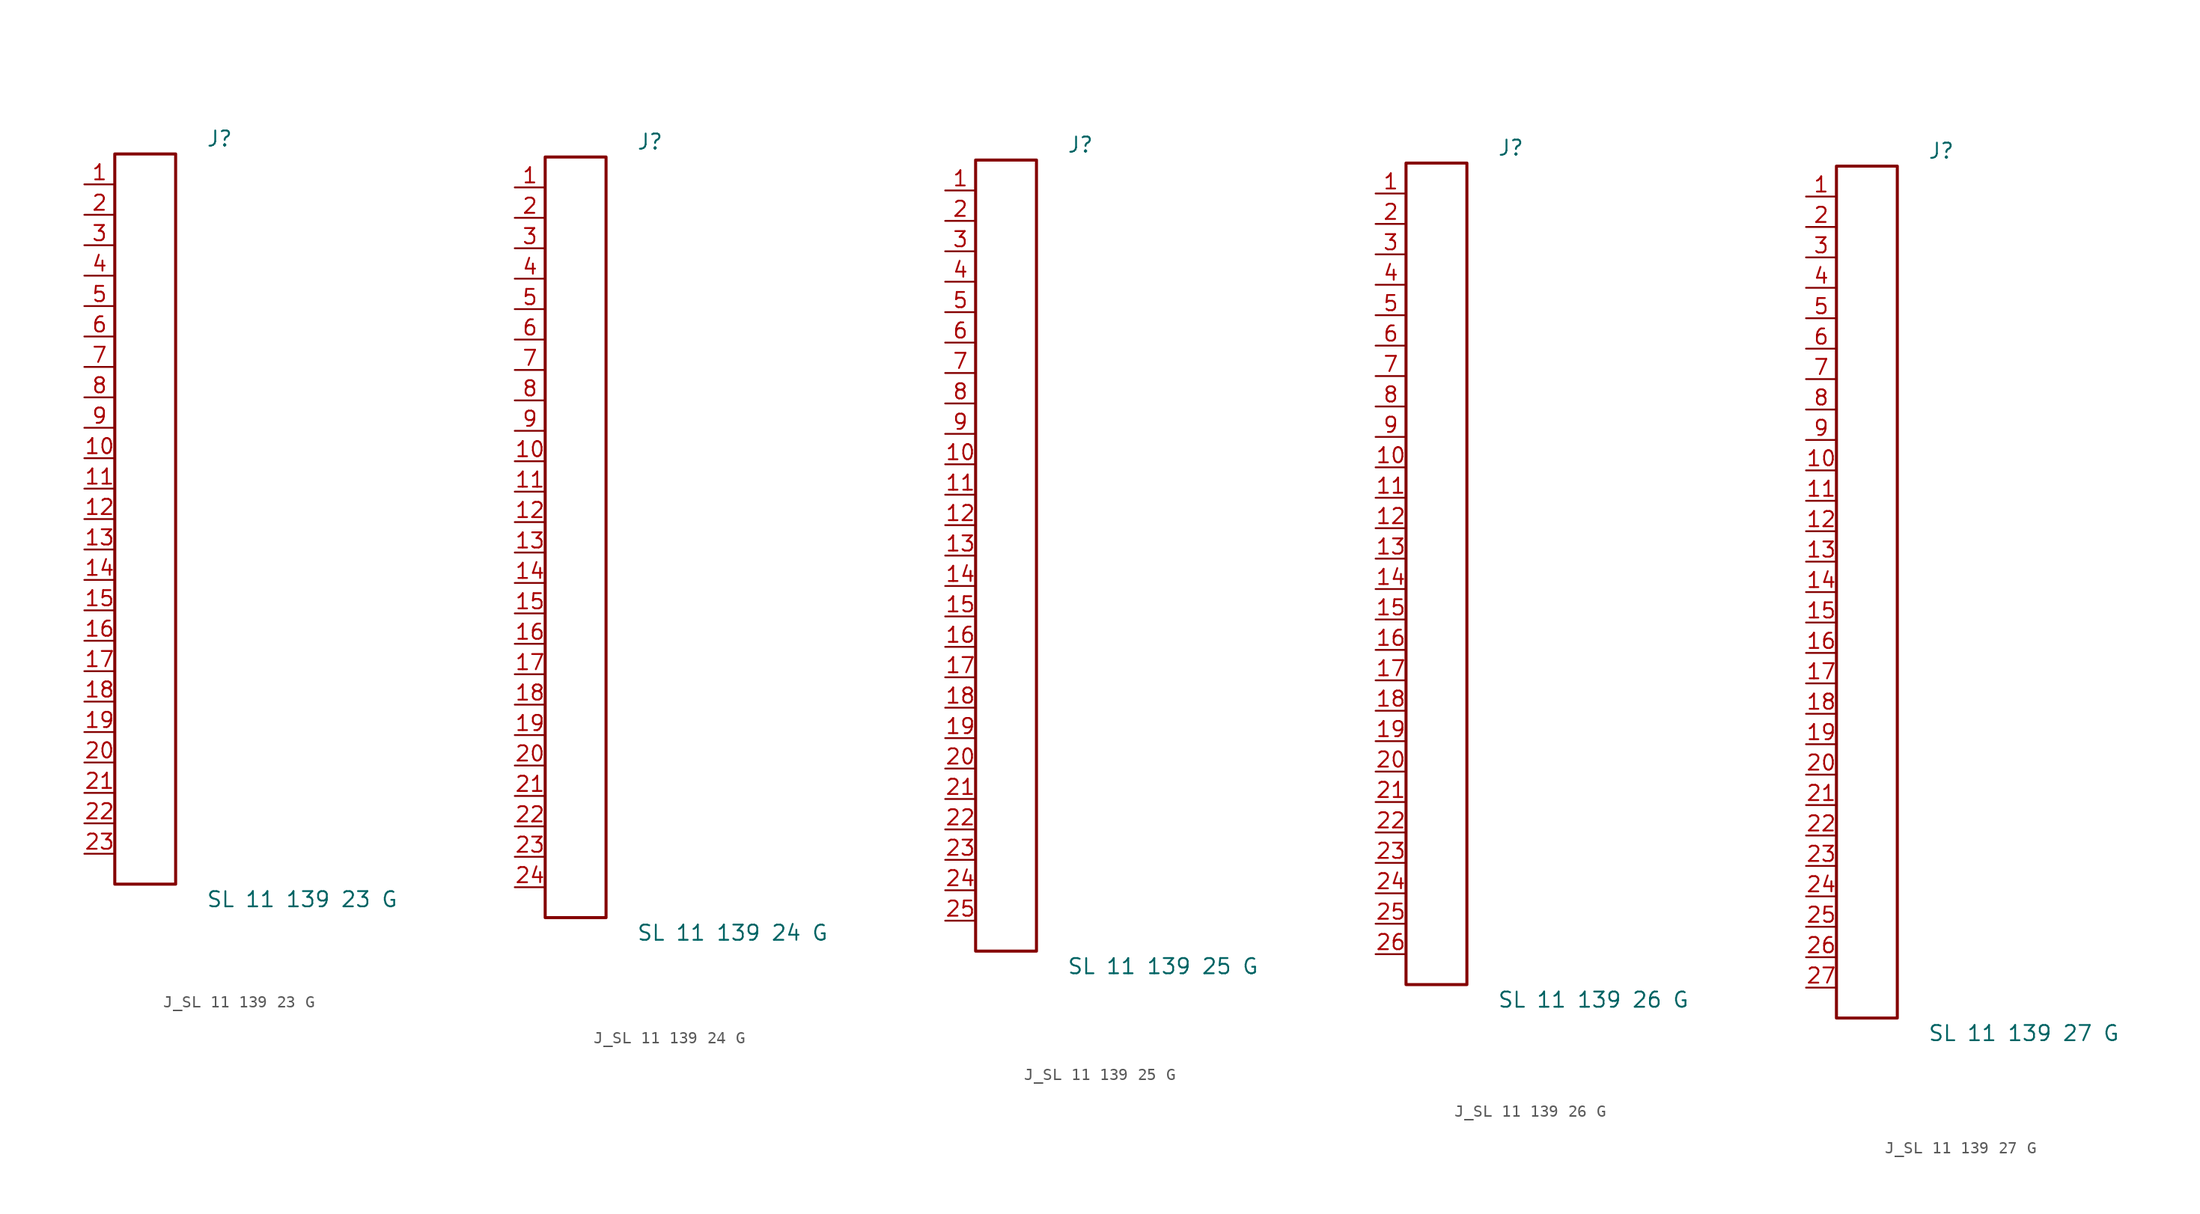
<source format=kicad_sym>
(kicad_symbol_lib
  (version 20231120)
  (generator kicad_symbol_editor)
  (generator_version 8.0)
  (symbol "J_SL 11 139 23 G"
    (pin_names
      (offset 0.254))
    (property "Reference" "J"
      (at 5.08 31.75 0)
      (effects (font (size 1.27 1.27)) (justify left)))
    (property "Value" "SL 11 139 23 G"
      (at 5.08 -31.75 0)
      (effects (font (size 1.27 1.27)) (justify left)))
    (symbol "J_SL 11 139 23 G_0_0"
      (pin unspecified line (at -5.08 27.94 0) (length 2.54) (name "" (effects (font (size 1.27 1.27)))) (number "1" (effects (font (size 1.27 1.27)))))
      (pin unspecified line (at -5.08 25.4 0) (length 2.54) (name "" (effects (font (size 1.27 1.27)))) (number "2" (effects (font (size 1.27 1.27)))))
      (pin unspecified line (at -5.08 22.86 0) (length 2.54) (name "" (effects (font (size 1.27 1.27)))) (number "3" (effects (font (size 1.27 1.27)))))
      (pin unspecified line (at -5.08 20.32 0) (length 2.54) (name "" (effects (font (size 1.27 1.27)))) (number "4" (effects (font (size 1.27 1.27)))))
      (pin unspecified line (at -5.08 17.78 0) (length 2.54) (name "" (effects (font (size 1.27 1.27)))) (number "5" (effects (font (size 1.27 1.27)))))
      (pin unspecified line (at -5.08 15.24 0) (length 2.54) (name "" (effects (font (size 1.27 1.27)))) (number "6" (effects (font (size 1.27 1.27)))))
      (pin unspecified line (at -5.08 12.7 0) (length 2.54) (name "" (effects (font (size 1.27 1.27)))) (number "7" (effects (font (size 1.27 1.27)))))
      (pin unspecified line (at -5.08 10.16 0) (length 2.54) (name "" (effects (font (size 1.27 1.27)))) (number "8" (effects (font (size 1.27 1.27)))))
      (pin unspecified line (at -5.08 7.62 0) (length 2.54) (name "" (effects (font (size 1.27 1.27)))) (number "9" (effects (font (size 1.27 1.27)))))
      (pin unspecified line (at -5.08 5.08 0) (length 2.54) (name "" (effects (font (size 1.27 1.27)))) (number "10" (effects (font (size 1.27 1.27)))))
      (pin unspecified line (at -5.08 2.54 0) (length 2.54) (name "" (effects (font (size 1.27 1.27)))) (number "11" (effects (font (size 1.27 1.27)))))
      (pin unspecified line (at -5.08 0.0 0) (length 2.54) (name "" (effects (font (size 1.27 1.27)))) (number "12" (effects (font (size 1.27 1.27)))))
      (pin unspecified line (at -5.08 -2.54 0) (length 2.54) (name "" (effects (font (size 1.27 1.27)))) (number "13" (effects (font (size 1.27 1.27)))))
      (pin unspecified line (at -5.08 -5.08 0) (length 2.54) (name "" (effects (font (size 1.27 1.27)))) (number "14" (effects (font (size 1.27 1.27)))))
      (pin unspecified line (at -5.08 -7.62 0) (length 2.54) (name "" (effects (font (size 1.27 1.27)))) (number "15" (effects (font (size 1.27 1.27)))))
      (pin unspecified line (at -5.08 -10.16 0) (length 2.54) (name "" (effects (font (size 1.27 1.27)))) (number "16" (effects (font (size 1.27 1.27)))))
      (pin unspecified line (at -5.08 -12.7 0) (length 2.54) (name "" (effects (font (size 1.27 1.27)))) (number "17" (effects (font (size 1.27 1.27)))))
      (pin unspecified line (at -5.08 -15.24 0) (length 2.54) (name "" (effects (font (size 1.27 1.27)))) (number "18" (effects (font (size 1.27 1.27)))))
      (pin unspecified line (at -5.08 -17.78 0) (length 2.54) (name "" (effects (font (size 1.27 1.27)))) (number "19" (effects (font (size 1.27 1.27)))))
      (pin unspecified line (at -5.08 -20.32 0) (length 2.54) (name "" (effects (font (size 1.27 1.27)))) (number "20" (effects (font (size 1.27 1.27)))))
      (pin unspecified line (at -5.08 -22.86 0) (length 2.54) (name "" (effects (font (size 1.27 1.27)))) (number "21" (effects (font (size 1.27 1.27)))))
      (pin unspecified line (at -5.08 -25.4 0) (length 2.54) (name "" (effects (font (size 1.27 1.27)))) (number "22" (effects (font (size 1.27 1.27)))))
      (pin unspecified line (at -5.08 -27.94 0) (length 2.54) (name "" (effects (font (size 1.27 1.27)))) (number "23" (effects (font (size 1.27 1.27))))))
    (symbol "J_SL 11 139 23 G_1_0"
      (rectangle (start -2.54 30.48) (end 2.54 -30.48) (stroke (width 0.254) (type solid)) (fill (type none)))))
  (symbol "J_SL 11 139 24 G"
    (pin_names
      (offset 0.254))
    (property "Reference" "J"
      (at 5.08 33.02 0)
      (effects (font (size 1.27 1.27)) (justify left)))
    (property "Value" "SL 11 139 24 G"
      (at 5.08 -33.02 0)
      (effects (font (size 1.27 1.27)) (justify left)))
    (symbol "J_SL 11 139 24 G_0_0"
      (pin unspecified line (at -5.08 29.21 0) (length 2.54) (name "" (effects (font (size 1.27 1.27)))) (number "1" (effects (font (size 1.27 1.27)))))
      (pin unspecified line (at -5.08 26.67 0) (length 2.54) (name "" (effects (font (size 1.27 1.27)))) (number "2" (effects (font (size 1.27 1.27)))))
      (pin unspecified line (at -5.08 24.13 0) (length 2.54) (name "" (effects (font (size 1.27 1.27)))) (number "3" (effects (font (size 1.27 1.27)))))
      (pin unspecified line (at -5.08 21.59 0) (length 2.54) (name "" (effects (font (size 1.27 1.27)))) (number "4" (effects (font (size 1.27 1.27)))))
      (pin unspecified line (at -5.08 19.05 0) (length 2.54) (name "" (effects (font (size 1.27 1.27)))) (number "5" (effects (font (size 1.27 1.27)))))
      (pin unspecified line (at -5.08 16.51 0) (length 2.54) (name "" (effects (font (size 1.27 1.27)))) (number "6" (effects (font (size 1.27 1.27)))))
      (pin unspecified line (at -5.08 13.97 0) (length 2.54) (name "" (effects (font (size 1.27 1.27)))) (number "7" (effects (font (size 1.27 1.27)))))
      (pin unspecified line (at -5.08 11.43 0) (length 2.54) (name "" (effects (font (size 1.27 1.27)))) (number "8" (effects (font (size 1.27 1.27)))))
      (pin unspecified line (at -5.08 8.89 0) (length 2.54) (name "" (effects (font (size 1.27 1.27)))) (number "9" (effects (font (size 1.27 1.27)))))
      (pin unspecified line (at -5.08 6.35 0) (length 2.54) (name "" (effects (font (size 1.27 1.27)))) (number "10" (effects (font (size 1.27 1.27)))))
      (pin unspecified line (at -5.08 3.81 0) (length 2.54) (name "" (effects (font (size 1.27 1.27)))) (number "11" (effects (font (size 1.27 1.27)))))
      (pin unspecified line (at -5.08 1.27 0) (length 2.54) (name "" (effects (font (size 1.27 1.27)))) (number "12" (effects (font (size 1.27 1.27)))))
      (pin unspecified line (at -5.08 -1.27 0) (length 2.54) (name "" (effects (font (size 1.27 1.27)))) (number "13" (effects (font (size 1.27 1.27)))))
      (pin unspecified line (at -5.08 -3.81 0) (length 2.54) (name "" (effects (font (size 1.27 1.27)))) (number "14" (effects (font (size 1.27 1.27)))))
      (pin unspecified line (at -5.08 -6.35 0) (length 2.54) (name "" (effects (font (size 1.27 1.27)))) (number "15" (effects (font (size 1.27 1.27)))))
      (pin unspecified line (at -5.08 -8.89 0) (length 2.54) (name "" (effects (font (size 1.27 1.27)))) (number "16" (effects (font (size 1.27 1.27)))))
      (pin unspecified line (at -5.08 -11.43 0) (length 2.54) (name "" (effects (font (size 1.27 1.27)))) (number "17" (effects (font (size 1.27 1.27)))))
      (pin unspecified line (at -5.08 -13.97 0) (length 2.54) (name "" (effects (font (size 1.27 1.27)))) (number "18" (effects (font (size 1.27 1.27)))))
      (pin unspecified line (at -5.08 -16.51 0) (length 2.54) (name "" (effects (font (size 1.27 1.27)))) (number "19" (effects (font (size 1.27 1.27)))))
      (pin unspecified line (at -5.08 -19.05 0) (length 2.54) (name "" (effects (font (size 1.27 1.27)))) (number "20" (effects (font (size 1.27 1.27)))))
      (pin unspecified line (at -5.08 -21.59 0) (length 2.54) (name "" (effects (font (size 1.27 1.27)))) (number "21" (effects (font (size 1.27 1.27)))))
      (pin unspecified line (at -5.08 -24.13 0) (length 2.54) (name "" (effects (font (size 1.27 1.27)))) (number "22" (effects (font (size 1.27 1.27)))))
      (pin unspecified line (at -5.08 -26.67 0) (length 2.54) (name "" (effects (font (size 1.27 1.27)))) (number "23" (effects (font (size 1.27 1.27)))))
      (pin unspecified line (at -5.08 -29.21 0) (length 2.54) (name "" (effects (font (size 1.27 1.27)))) (number "24" (effects (font (size 1.27 1.27))))))
    (symbol "J_SL 11 139 24 G_1_0"
      (rectangle (start -2.54 31.75) (end 2.54 -31.75) (stroke (width 0.254) (type solid)) (fill (type none)))))
  (symbol "J_SL 11 139 25 G"
    (pin_names
      (offset 0.254))
    (property "Reference" "J"
      (at 5.08 34.29 0)
      (effects (font (size 1.27 1.27)) (justify left)))
    (property "Value" "SL 11 139 25 G"
      (at 5.08 -34.29 0)
      (effects (font (size 1.27 1.27)) (justify left)))
    (symbol "J_SL 11 139 25 G_0_0"
      (pin unspecified line (at -5.08 30.48 0) (length 2.54) (name "" (effects (font (size 1.27 1.27)))) (number "1" (effects (font (size 1.27 1.27)))))
      (pin unspecified line (at -5.08 27.94 0) (length 2.54) (name "" (effects (font (size 1.27 1.27)))) (number "2" (effects (font (size 1.27 1.27)))))
      (pin unspecified line (at -5.08 25.4 0) (length 2.54) (name "" (effects (font (size 1.27 1.27)))) (number "3" (effects (font (size 1.27 1.27)))))
      (pin unspecified line (at -5.08 22.86 0) (length 2.54) (name "" (effects (font (size 1.27 1.27)))) (number "4" (effects (font (size 1.27 1.27)))))
      (pin unspecified line (at -5.08 20.32 0) (length 2.54) (name "" (effects (font (size 1.27 1.27)))) (number "5" (effects (font (size 1.27 1.27)))))
      (pin unspecified line (at -5.08 17.78 0) (length 2.54) (name "" (effects (font (size 1.27 1.27)))) (number "6" (effects (font (size 1.27 1.27)))))
      (pin unspecified line (at -5.08 15.24 0) (length 2.54) (name "" (effects (font (size 1.27 1.27)))) (number "7" (effects (font (size 1.27 1.27)))))
      (pin unspecified line (at -5.08 12.7 0) (length 2.54) (name "" (effects (font (size 1.27 1.27)))) (number "8" (effects (font (size 1.27 1.27)))))
      (pin unspecified line (at -5.08 10.16 0) (length 2.54) (name "" (effects (font (size 1.27 1.27)))) (number "9" (effects (font (size 1.27 1.27)))))
      (pin unspecified line (at -5.08 7.62 0) (length 2.54) (name "" (effects (font (size 1.27 1.27)))) (number "10" (effects (font (size 1.27 1.27)))))
      (pin unspecified line (at -5.08 5.08 0) (length 2.54) (name "" (effects (font (size 1.27 1.27)))) (number "11" (effects (font (size 1.27 1.27)))))
      (pin unspecified line (at -5.08 2.54 0) (length 2.54) (name "" (effects (font (size 1.27 1.27)))) (number "12" (effects (font (size 1.27 1.27)))))
      (pin unspecified line (at -5.08 0.0 0) (length 2.54) (name "" (effects (font (size 1.27 1.27)))) (number "13" (effects (font (size 1.27 1.27)))))
      (pin unspecified line (at -5.08 -2.54 0) (length 2.54) (name "" (effects (font (size 1.27 1.27)))) (number "14" (effects (font (size 1.27 1.27)))))
      (pin unspecified line (at -5.08 -5.08 0) (length 2.54) (name "" (effects (font (size 1.27 1.27)))) (number "15" (effects (font (size 1.27 1.27)))))
      (pin unspecified line (at -5.08 -7.62 0) (length 2.54) (name "" (effects (font (size 1.27 1.27)))) (number "16" (effects (font (size 1.27 1.27)))))
      (pin unspecified line (at -5.08 -10.16 0) (length 2.54) (name "" (effects (font (size 1.27 1.27)))) (number "17" (effects (font (size 1.27 1.27)))))
      (pin unspecified line (at -5.08 -12.7 0) (length 2.54) (name "" (effects (font (size 1.27 1.27)))) (number "18" (effects (font (size 1.27 1.27)))))
      (pin unspecified line (at -5.08 -15.24 0) (length 2.54) (name "" (effects (font (size 1.27 1.27)))) (number "19" (effects (font (size 1.27 1.27)))))
      (pin unspecified line (at -5.08 -17.78 0) (length 2.54) (name "" (effects (font (size 1.27 1.27)))) (number "20" (effects (font (size 1.27 1.27)))))
      (pin unspecified line (at -5.08 -20.32 0) (length 2.54) (name "" (effects (font (size 1.27 1.27)))) (number "21" (effects (font (size 1.27 1.27)))))
      (pin unspecified line (at -5.08 -22.86 0) (length 2.54) (name "" (effects (font (size 1.27 1.27)))) (number "22" (effects (font (size 1.27 1.27)))))
      (pin unspecified line (at -5.08 -25.4 0) (length 2.54) (name "" (effects (font (size 1.27 1.27)))) (number "23" (effects (font (size 1.27 1.27)))))
      (pin unspecified line (at -5.08 -27.94 0) (length 2.54) (name "" (effects (font (size 1.27 1.27)))) (number "24" (effects (font (size 1.27 1.27)))))
      (pin unspecified line (at -5.08 -30.48 0) (length 2.54) (name "" (effects (font (size 1.27 1.27)))) (number "25" (effects (font (size 1.27 1.27))))))
    (symbol "J_SL 11 139 25 G_1_0"
      (rectangle (start -2.54 33.02) (end 2.54 -33.02) (stroke (width 0.254) (type solid)) (fill (type none)))))
  (symbol "J_SL 11 139 26 G"
    (pin_names
      (offset 0.254))
    (property "Reference" "J"
      (at 5.08 35.56 0)
      (effects (font (size 1.27 1.27)) (justify left)))
    (property "Value" "SL 11 139 26 G"
      (at 5.08 -35.56 0)
      (effects (font (size 1.27 1.27)) (justify left)))
    (symbol "J_SL 11 139 26 G_0_0"
      (pin unspecified line (at -5.08 31.75 0) (length 2.54) (name "" (effects (font (size 1.27 1.27)))) (number "1" (effects (font (size 1.27 1.27)))))
      (pin unspecified line (at -5.08 29.21 0) (length 2.54) (name "" (effects (font (size 1.27 1.27)))) (number "2" (effects (font (size 1.27 1.27)))))
      (pin unspecified line (at -5.08 26.67 0) (length 2.54) (name "" (effects (font (size 1.27 1.27)))) (number "3" (effects (font (size 1.27 1.27)))))
      (pin unspecified line (at -5.08 24.13 0) (length 2.54) (name "" (effects (font (size 1.27 1.27)))) (number "4" (effects (font (size 1.27 1.27)))))
      (pin unspecified line (at -5.08 21.59 0) (length 2.54) (name "" (effects (font (size 1.27 1.27)))) (number "5" (effects (font (size 1.27 1.27)))))
      (pin unspecified line (at -5.08 19.05 0) (length 2.54) (name "" (effects (font (size 1.27 1.27)))) (number "6" (effects (font (size 1.27 1.27)))))
      (pin unspecified line (at -5.08 16.51 0) (length 2.54) (name "" (effects (font (size 1.27 1.27)))) (number "7" (effects (font (size 1.27 1.27)))))
      (pin unspecified line (at -5.08 13.97 0) (length 2.54) (name "" (effects (font (size 1.27 1.27)))) (number "8" (effects (font (size 1.27 1.27)))))
      (pin unspecified line (at -5.08 11.43 0) (length 2.54) (name "" (effects (font (size 1.27 1.27)))) (number "9" (effects (font (size 1.27 1.27)))))
      (pin unspecified line (at -5.08 8.89 0) (length 2.54) (name "" (effects (font (size 1.27 1.27)))) (number "10" (effects (font (size 1.27 1.27)))))
      (pin unspecified line (at -5.08 6.35 0) (length 2.54) (name "" (effects (font (size 1.27 1.27)))) (number "11" (effects (font (size 1.27 1.27)))))
      (pin unspecified line (at -5.08 3.81 0) (length 2.54) (name "" (effects (font (size 1.27 1.27)))) (number "12" (effects (font (size 1.27 1.27)))))
      (pin unspecified line (at -5.08 1.27 0) (length 2.54) (name "" (effects (font (size 1.27 1.27)))) (number "13" (effects (font (size 1.27 1.27)))))
      (pin unspecified line (at -5.08 -1.27 0) (length 2.54) (name "" (effects (font (size 1.27 1.27)))) (number "14" (effects (font (size 1.27 1.27)))))
      (pin unspecified line (at -5.08 -3.81 0) (length 2.54) (name "" (effects (font (size 1.27 1.27)))) (number "15" (effects (font (size 1.27 1.27)))))
      (pin unspecified line (at -5.08 -6.35 0) (length 2.54) (name "" (effects (font (size 1.27 1.27)))) (number "16" (effects (font (size 1.27 1.27)))))
      (pin unspecified line (at -5.08 -8.89 0) (length 2.54) (name "" (effects (font (size 1.27 1.27)))) (number "17" (effects (font (size 1.27 1.27)))))
      (pin unspecified line (at -5.08 -11.43 0) (length 2.54) (name "" (effects (font (size 1.27 1.27)))) (number "18" (effects (font (size 1.27 1.27)))))
      (pin unspecified line (at -5.08 -13.97 0) (length 2.54) (name "" (effects (font (size 1.27 1.27)))) (number "19" (effects (font (size 1.27 1.27)))))
      (pin unspecified line (at -5.08 -16.51 0) (length 2.54) (name "" (effects (font (size 1.27 1.27)))) (number "20" (effects (font (size 1.27 1.27)))))
      (pin unspecified line (at -5.08 -19.05 0) (length 2.54) (name "" (effects (font (size 1.27 1.27)))) (number "21" (effects (font (size 1.27 1.27)))))
      (pin unspecified line (at -5.08 -21.59 0) (length 2.54) (name "" (effects (font (size 1.27 1.27)))) (number "22" (effects (font (size 1.27 1.27)))))
      (pin unspecified line (at -5.08 -24.13 0) (length 2.54) (name "" (effects (font (size 1.27 1.27)))) (number "23" (effects (font (size 1.27 1.27)))))
      (pin unspecified line (at -5.08 -26.67 0) (length 2.54) (name "" (effects (font (size 1.27 1.27)))) (number "24" (effects (font (size 1.27 1.27)))))
      (pin unspecified line (at -5.08 -29.21 0) (length 2.54) (name "" (effects (font (size 1.27 1.27)))) (number "25" (effects (font (size 1.27 1.27)))))
      (pin unspecified line (at -5.08 -31.75 0) (length 2.54) (name "" (effects (font (size 1.27 1.27)))) (number "26" (effects (font (size 1.27 1.27))))))
    (symbol "J_SL 11 139 26 G_1_0"
      (rectangle (start -2.54 34.29) (end 2.54 -34.29) (stroke (width 0.254) (type solid)) (fill (type none)))))
  (symbol "J_SL 11 139 27 G"
    (pin_names
      (offset 0.254))
    (property "Reference" "J"
      (at 5.08 36.83 0)
      (effects (font (size 1.27 1.27)) (justify left)))
    (property "Value" "SL 11 139 27 G"
      (at 5.08 -36.83 0)
      (effects (font (size 1.27 1.27)) (justify left)))
    (symbol "J_SL 11 139 27 G_0_0"
      (pin unspecified line (at -5.08 33.02 0) (length 2.54) (name "" (effects (font (size 1.27 1.27)))) (number "1" (effects (font (size 1.27 1.27)))))
      (pin unspecified line (at -5.08 30.48 0) (length 2.54) (name "" (effects (font (size 1.27 1.27)))) (number "2" (effects (font (size 1.27 1.27)))))
      (pin unspecified line (at -5.08 27.94 0) (length 2.54) (name "" (effects (font (size 1.27 1.27)))) (number "3" (effects (font (size 1.27 1.27)))))
      (pin unspecified line (at -5.08 25.4 0) (length 2.54) (name "" (effects (font (size 1.27 1.27)))) (number "4" (effects (font (size 1.27 1.27)))))
      (pin unspecified line (at -5.08 22.86 0) (length 2.54) (name "" (effects (font (size 1.27 1.27)))) (number "5" (effects (font (size 1.27 1.27)))))
      (pin unspecified line (at -5.08 20.32 0) (length 2.54) (name "" (effects (font (size 1.27 1.27)))) (number "6" (effects (font (size 1.27 1.27)))))
      (pin unspecified line (at -5.08 17.78 0) (length 2.54) (name "" (effects (font (size 1.27 1.27)))) (number "7" (effects (font (size 1.27 1.27)))))
      (pin unspecified line (at -5.08 15.24 0) (length 2.54) (name "" (effects (font (size 1.27 1.27)))) (number "8" (effects (font (size 1.27 1.27)))))
      (pin unspecified line (at -5.08 12.7 0) (length 2.54) (name "" (effects (font (size 1.27 1.27)))) (number "9" (effects (font (size 1.27 1.27)))))
      (pin unspecified line (at -5.08 10.16 0) (length 2.54) (name "" (effects (font (size 1.27 1.27)))) (number "10" (effects (font (size 1.27 1.27)))))
      (pin unspecified line (at -5.08 7.62 0) (length 2.54) (name "" (effects (font (size 1.27 1.27)))) (number "11" (effects (font (size 1.27 1.27)))))
      (pin unspecified line (at -5.08 5.08 0) (length 2.54) (name "" (effects (font (size 1.27 1.27)))) (number "12" (effects (font (size 1.27 1.27)))))
      (pin unspecified line (at -5.08 2.54 0) (length 2.54) (name "" (effects (font (size 1.27 1.27)))) (number "13" (effects (font (size 1.27 1.27)))))
      (pin unspecified line (at -5.08 0.0 0) (length 2.54) (name "" (effects (font (size 1.27 1.27)))) (number "14" (effects (font (size 1.27 1.27)))))
      (pin unspecified line (at -5.08 -2.54 0) (length 2.54) (name "" (effects (font (size 1.27 1.27)))) (number "15" (effects (font (size 1.27 1.27)))))
      (pin unspecified line (at -5.08 -5.08 0) (length 2.54) (name "" (effects (font (size 1.27 1.27)))) (number "16" (effects (font (size 1.27 1.27)))))
      (pin unspecified line (at -5.08 -7.62 0) (length 2.54) (name "" (effects (font (size 1.27 1.27)))) (number "17" (effects (font (size 1.27 1.27)))))
      (pin unspecified line (at -5.08 -10.16 0) (length 2.54) (name "" (effects (font (size 1.27 1.27)))) (number "18" (effects (font (size 1.27 1.27)))))
      (pin unspecified line (at -5.08 -12.7 0) (length 2.54) (name "" (effects (font (size 1.27 1.27)))) (number "19" (effects (font (size 1.27 1.27)))))
      (pin unspecified line (at -5.08 -15.24 0) (length 2.54) (name "" (effects (font (size 1.27 1.27)))) (number "20" (effects (font (size 1.27 1.27)))))
      (pin unspecified line (at -5.08 -17.78 0) (length 2.54) (name "" (effects (font (size 1.27 1.27)))) (number "21" (effects (font (size 1.27 1.27)))))
      (pin unspecified line (at -5.08 -20.32 0) (length 2.54) (name "" (effects (font (size 1.27 1.27)))) (number "22" (effects (font (size 1.27 1.27)))))
      (pin unspecified line (at -5.08 -22.86 0) (length 2.54) (name "" (effects (font (size 1.27 1.27)))) (number "23" (effects (font (size 1.27 1.27)))))
      (pin unspecified line (at -5.08 -25.4 0) (length 2.54) (name "" (effects (font (size 1.27 1.27)))) (number "24" (effects (font (size 1.27 1.27)))))
      (pin unspecified line (at -5.08 -27.94 0) (length 2.54) (name "" (effects (font (size 1.27 1.27)))) (number "25" (effects (font (size 1.27 1.27)))))
      (pin unspecified line (at -5.08 -30.48 0) (length 2.54) (name "" (effects (font (size 1.27 1.27)))) (number "26" (effects (font (size 1.27 1.27)))))
      (pin unspecified line (at -5.08 -33.02 0) (length 2.54) (name "" (effects (font (size 1.27 1.27)))) (number "27" (effects (font (size 1.27 1.27))))))
    (symbol "J_SL 11 139 27 G_1_0"
      (rectangle (start -2.54 35.56) (end 2.54 -35.56) (stroke (width 0.254) (type solid)) (fill (type none))))))
</source>
